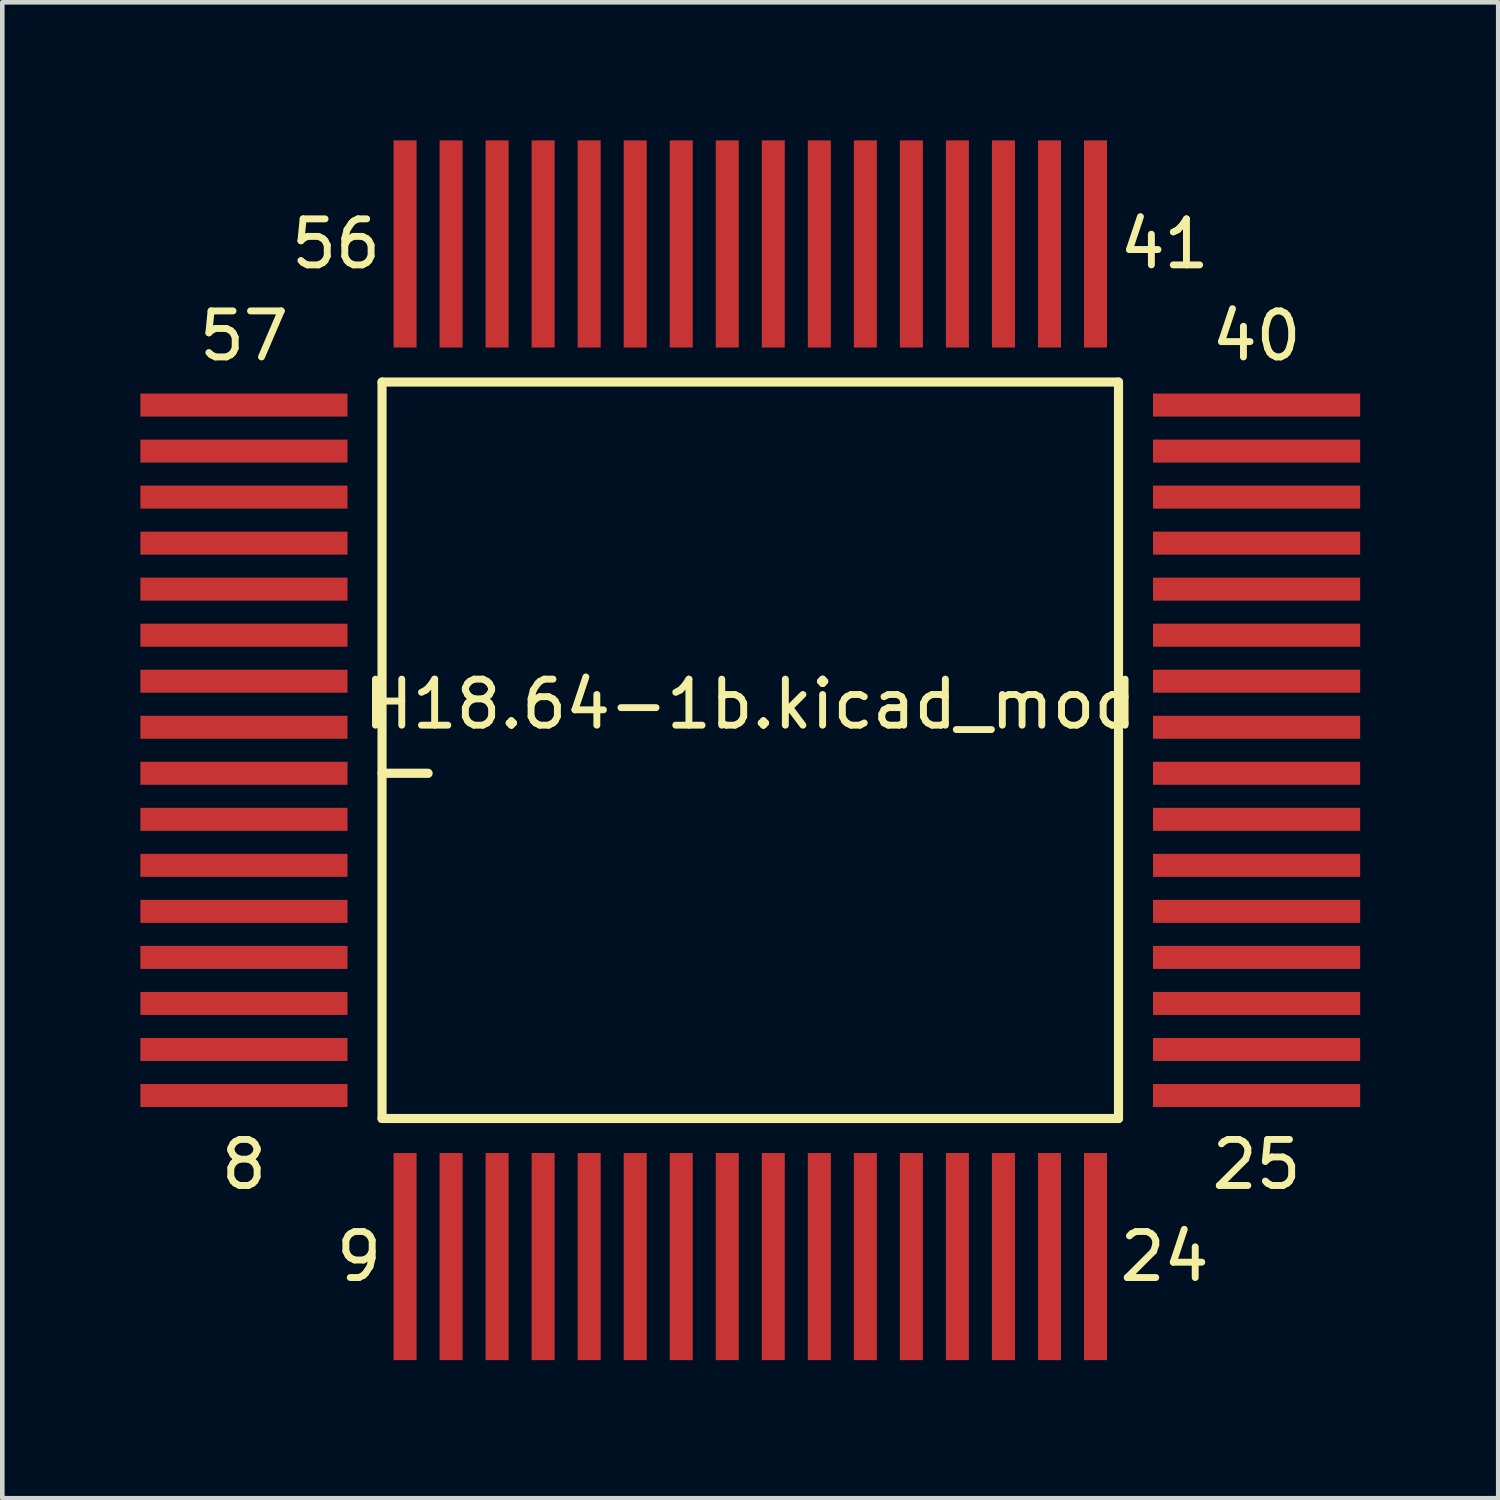
<source format=kicad_pcb>
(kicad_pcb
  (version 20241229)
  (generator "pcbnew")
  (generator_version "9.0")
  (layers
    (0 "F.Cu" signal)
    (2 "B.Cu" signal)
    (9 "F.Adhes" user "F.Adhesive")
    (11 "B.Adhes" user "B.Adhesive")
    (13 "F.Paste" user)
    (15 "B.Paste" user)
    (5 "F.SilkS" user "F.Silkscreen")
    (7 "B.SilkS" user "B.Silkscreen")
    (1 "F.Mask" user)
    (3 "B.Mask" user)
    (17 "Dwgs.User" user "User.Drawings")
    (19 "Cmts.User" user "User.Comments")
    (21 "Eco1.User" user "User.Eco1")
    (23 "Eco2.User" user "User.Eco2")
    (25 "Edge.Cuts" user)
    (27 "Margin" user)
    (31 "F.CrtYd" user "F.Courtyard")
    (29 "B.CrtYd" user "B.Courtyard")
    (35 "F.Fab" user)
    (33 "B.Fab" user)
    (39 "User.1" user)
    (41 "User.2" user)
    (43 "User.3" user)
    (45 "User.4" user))
  (footprint "H18.64-1b.kicad_mod"
    (layer "F.Cu")
    (at 13.25 13.25)
    (property "Reference" "H18.64-1b.kicad_mod" (at 0 -1 0) (layer "F.SilkS") (effects (font (size 1 1) (thickness 0.15))))
    (attr smd)
    (fp_line (start -8 -8) (end -8 8) (stroke (width 0.198) (type solid)) (layer "F.SilkS"))
    (fp_line (start -8 -8) (end 8 -8) (stroke (width 0.198) (type solid)) (layer "F.SilkS"))
    (fp_line (start -8 0.5) (end -7 0.5) (stroke (width 0.2) (type solid)) (layer "F.SilkS"))
    (fp_line (start -8 8) (end 8 8) (stroke (width 0.198) (type solid)) (layer "F.SilkS"))
    (fp_line (start 8 -8) (end 8 8) (stroke (width 0.198) (type solid)) (layer "F.SilkS"))
    (fp_text user "25" (at 11 9 0) (layer "F.SilkS") (effects (font (size 1 1) (thickness 0.15))))
    (fp_text user "56" (at -9 -11 0) (layer "F.SilkS") (effects (font (size 1 1) (thickness 0.15))))
    (fp_text user "40" (at 11 -9 0) (layer "F.SilkS") (effects (font (size 1 1) (thickness 0.15))))
    (fp_text user "9" (at -8.5 11 0) (layer "F.SilkS") (effects (font (size 1 1) (thickness 0.15))))
    (fp_text user "57" (at -11 -9 0) (layer "F.SilkS") (effects (font (size 1 1) (thickness 0.15))))
    (fp_text user "24" (at 9 11 0) (layer "F.SilkS") (effects (font (size 1 1) (thickness 0.15))))
    (fp_text user "8" (at -11 9 0) (layer "F.SilkS") (effects (font (size 1 1) (thickness 0.15))))
    (fp_text user "41" (at 9 -11 0) (layer "F.SilkS") (effects (font (size 1 1) (thickness 0.15))))
    (pad "1" smd rect (at -11 0.5 90) (size 0.5 4.5) (layers "F.Cu" "F.Mask" "F.Paste"))
    (pad "2" smd rect (at -11 1.5 90) (size 0.5 4.5) (layers "F.Cu" "F.Mask" "F.Paste"))
    (pad "3" smd rect (at -11 2.5 90) (size 0.5 4.5) (layers "F.Cu" "F.Mask" "F.Paste"))
    (pad "4" smd rect (at -11 3.5 90) (size 0.5 4.5) (layers "F.Cu" "F.Mask" "F.Paste"))
    (pad "5" smd rect (at -11 4.5 90) (size 0.5 4.5) (layers "F.Cu" "F.Mask" "F.Paste"))
    (pad "6" smd rect (at -11 5.5 90) (size 0.5 4.5) (layers "F.Cu" "F.Mask" "F.Paste"))
    (pad "7" smd rect (at -11 6.5 90) (size 0.5 4.5) (layers "F.Cu" "F.Mask" "F.Paste"))
    (pad "8" smd rect (at -11 7.5 90) (size 0.5 4.5) (layers "F.Cu" "F.Mask" "F.Paste"))
    (pad "9" smd rect (at -7.5 11 180) (size 0.5 4.5) (layers "F.Cu" "F.Mask" "F.Paste"))
    (pad "10" smd rect (at -6.5 11 180) (size 0.5 4.5) (layers "F.Cu" "F.Mask" "F.Paste"))
    (pad "11" smd rect (at -5.5 11 180) (size 0.5 4.5) (layers "F.Cu" "F.Mask" "F.Paste"))
    (pad "12" smd rect (at -4.5 11 180) (size 0.5 4.5) (layers "F.Cu" "F.Mask" "F.Paste"))
    (pad "13" smd rect (at -3.5 11 180) (size 0.5 4.5) (layers "F.Cu" "F.Mask" "F.Paste"))
    (pad "14" smd rect (at -2.5 11 180) (size 0.5 4.5) (layers "F.Cu" "F.Mask" "F.Paste"))
    (pad "15" smd rect (at -1.5 11 180) (size 0.5 4.5) (layers "F.Cu" "F.Mask" "F.Paste"))
    (pad "16" smd rect (at -0.5 11 180) (size 0.5 4.5) (layers "F.Cu" "F.Mask" "F.Paste"))
    (pad "17" smd rect (at 0.5 11 180) (size 0.5 4.5) (layers "F.Cu" "F.Mask" "F.Paste"))
    (pad "18" smd rect (at 1.5 11 180) (size 0.5 4.5) (layers "F.Cu" "F.Mask" "F.Paste"))
    (pad "19" smd rect (at 2.5 11 180) (size 0.5 4.5) (layers "F.Cu" "F.Mask" "F.Paste"))
    (pad "20" smd rect (at 3.5 11 180) (size 0.5 4.5) (layers "F.Cu" "F.Mask" "F.Paste"))
    (pad "21" smd rect (at 4.5 11 180) (size 0.5 4.5) (layers "F.Cu" "F.Mask" "F.Paste"))
    (pad "22" smd rect (at 5.5 11 180) (size 0.5 4.5) (layers "F.Cu" "F.Mask" "F.Paste"))
    (pad "23" smd rect (at 6.5 11 180) (size 0.5 4.5) (layers "F.Cu" "F.Mask" "F.Paste"))
    (pad "24" smd rect (at 7.5 11 180) (size 0.5 4.5) (layers "F.Cu" "F.Mask" "F.Paste"))
    (pad "25" smd rect (at 11 7.5 270) (size 0.5 4.5) (layers "F.Cu" "F.Mask" "F.Paste"))
    (pad "26" smd rect (at 11 6.5 270) (size 0.5 4.5) (layers "F.Cu" "F.Mask" "F.Paste"))
    (pad "27" smd rect (at 11 5.5 270) (size 0.5 4.5) (layers "F.Cu" "F.Mask" "F.Paste"))
    (pad "28" smd rect (at 11 4.5 270) (size 0.5 4.5) (layers "F.Cu" "F.Mask" "F.Paste"))
    (pad "29" smd rect (at 11 3.5 270) (size 0.5 4.5) (layers "F.Cu" "F.Mask" "F.Paste"))
    (pad "30" smd rect (at 11 2.5 270) (size 0.5 4.5) (layers "F.Cu" "F.Mask" "F.Paste"))
    (pad "31" smd rect (at 11 1.5 270) (size 0.5 4.5) (layers "F.Cu" "F.Mask" "F.Paste"))
    (pad "32" smd rect (at 11 0.5 270) (size 0.5 4.5) (layers "F.Cu" "F.Mask" "F.Paste"))
    (pad "33" smd rect (at 11 -0.5 270) (size 0.5 4.5) (layers "F.Cu" "F.Mask" "F.Paste"))
    (pad "34" smd rect (at 11 -1.5 270) (size 0.5 4.5) (layers "F.Cu" "F.Mask" "F.Paste"))
    (pad "35" smd rect (at 11 -2.5 270) (size 0.5 4.5) (layers "F.Cu" "F.Mask" "F.Paste"))
    (pad "36" smd rect (at 11 -3.5 270) (size 0.5 4.5) (layers "F.Cu" "F.Mask" "F.Paste"))
    (pad "37" smd rect (at 11 -4.5 270) (size 0.5 4.5) (layers "F.Cu" "F.Mask" "F.Paste"))
    (pad "38" smd rect (at 11 -5.5 270) (size 0.5 4.5) (layers "F.Cu" "F.Mask" "F.Paste"))
    (pad "39" smd rect (at 11 -6.5 270) (size 0.5 4.5) (layers "F.Cu" "F.Mask" "F.Paste"))
    (pad "40" smd rect (at 11 -7.5 270) (size 0.5 4.5) (layers "F.Cu" "F.Mask" "F.Paste"))
    (pad "41" smd rect (at 7.5 -11) (size 0.5 4.5) (layers "F.Cu" "F.Mask" "F.Paste"))
    (pad "42" smd rect (at 6.5 -11) (size 0.5 4.5) (layers "F.Cu" "F.Mask" "F.Paste"))
    (pad "43" smd rect (at 5.5 -11) (size 0.5 4.5) (layers "F.Cu" "F.Mask" "F.Paste"))
    (pad "44" smd rect (at 4.5 -11) (size 0.5 4.5) (layers "F.Cu" "F.Mask" "F.Paste"))
    (pad "45" smd rect (at 3.5 -11) (size 0.5 4.5) (layers "F.Cu" "F.Mask" "F.Paste"))
    (pad "46" smd rect (at 2.5 -11) (size 0.5 4.5) (layers "F.Cu" "F.Mask" "F.Paste"))
    (pad "47" smd rect (at 1.5 -11) (size 0.5 4.5) (layers "F.Cu" "F.Mask" "F.Paste"))
    (pad "48" smd rect (at 0.5 -11) (size 0.5 4.5) (layers "F.Cu" "F.Mask" "F.Paste"))
    (pad "49" smd rect (at -0.5 -11) (size 0.5 4.5) (layers "F.Cu" "F.Mask" "F.Paste"))
    (pad "50" smd rect (at -1.5 -11) (size 0.5 4.5) (layers "F.Cu" "F.Mask" "F.Paste"))
    (pad "51" smd rect (at -2.5 -11) (size 0.5 4.5) (layers "F.Cu" "F.Mask" "F.Paste"))
    (pad "52" smd rect (at -3.5 -11) (size 0.5 4.5) (layers "F.Cu" "F.Mask" "F.Paste"))
    (pad "53" smd rect (at -4.5 -11) (size 0.5 4.5) (layers "F.Cu" "F.Mask" "F.Paste"))
    (pad "54" smd rect (at -5.5 -11) (size 0.5 4.5) (layers "F.Cu" "F.Mask" "F.Paste"))
    (pad "55" smd rect (at -6.5 -11) (size 0.5 4.5) (layers "F.Cu" "F.Mask" "F.Paste"))
    (pad "56" smd rect (at -7.5 -11) (size 0.5 4.5) (layers "F.Cu" "F.Mask" "F.Paste"))
    (pad "57" smd rect (at -11 -7.5 90) (size 0.5 4.5) (layers "F.Cu" "F.Mask" "F.Paste"))
    (pad "58" smd rect (at -11 -6.5 90) (size 0.5 4.5) (layers "F.Cu" "F.Mask" "F.Paste"))
    (pad "59" smd rect (at -11 -5.5 90) (size 0.5 4.5) (layers "F.Cu" "F.Mask" "F.Paste"))
    (pad "60" smd rect (at -11 -4.5 90) (size 0.5 4.5) (layers "F.Cu" "F.Mask" "F.Paste"))
    (pad "61" smd rect (at -11 -3.5 90) (size 0.5 4.5) (layers "F.Cu" "F.Mask" "F.Paste"))
    (pad "62" smd rect (at -11 -2.5 90) (size 0.5 4.5) (layers "F.Cu" "F.Mask" "F.Paste"))
    (pad "63" smd rect (at -11 -1.5 90) (size 0.5 4.5) (layers "F.Cu" "F.Mask" "F.Paste"))
    (pad "64" smd rect (at -11 -0.5 90) (size 0.5 4.5) (layers "F.Cu" "F.Mask" "F.Paste")))
  (gr_rect
    (start -3 -3)
    (end 29.5 29.5)
    (stroke (width 0.1) (type default))
    (fill no)
    (layer "Edge.Cuts")))
</source>
